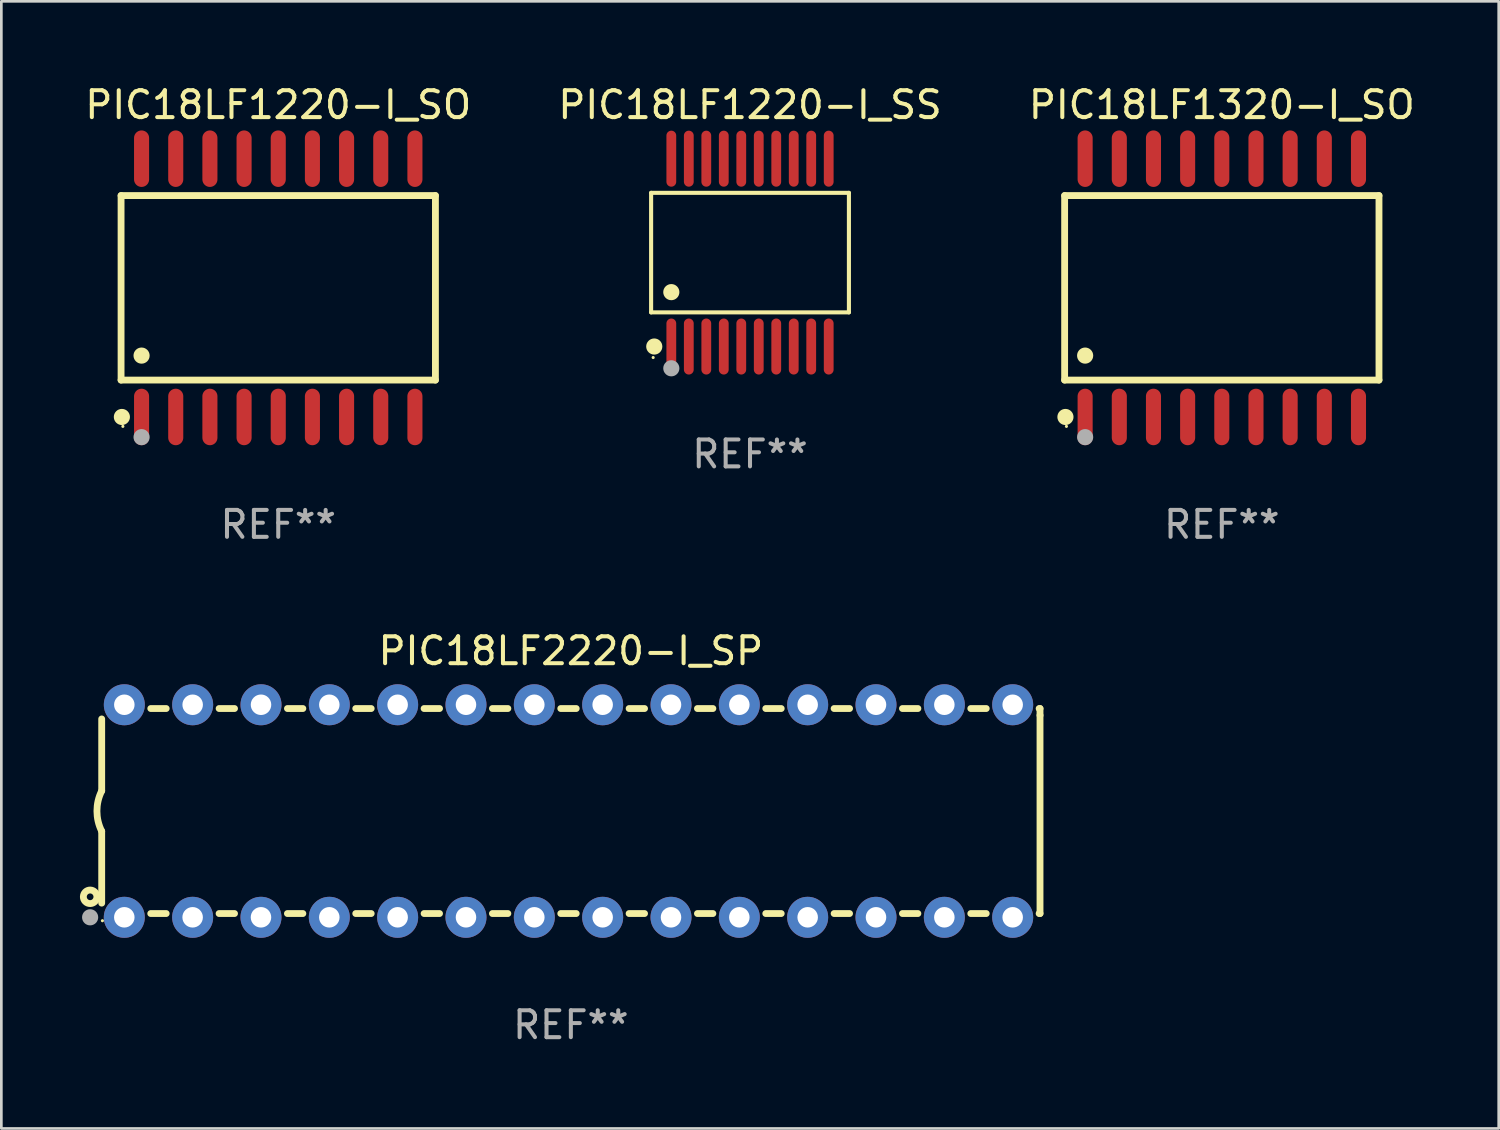
<source format=kicad_pcb>
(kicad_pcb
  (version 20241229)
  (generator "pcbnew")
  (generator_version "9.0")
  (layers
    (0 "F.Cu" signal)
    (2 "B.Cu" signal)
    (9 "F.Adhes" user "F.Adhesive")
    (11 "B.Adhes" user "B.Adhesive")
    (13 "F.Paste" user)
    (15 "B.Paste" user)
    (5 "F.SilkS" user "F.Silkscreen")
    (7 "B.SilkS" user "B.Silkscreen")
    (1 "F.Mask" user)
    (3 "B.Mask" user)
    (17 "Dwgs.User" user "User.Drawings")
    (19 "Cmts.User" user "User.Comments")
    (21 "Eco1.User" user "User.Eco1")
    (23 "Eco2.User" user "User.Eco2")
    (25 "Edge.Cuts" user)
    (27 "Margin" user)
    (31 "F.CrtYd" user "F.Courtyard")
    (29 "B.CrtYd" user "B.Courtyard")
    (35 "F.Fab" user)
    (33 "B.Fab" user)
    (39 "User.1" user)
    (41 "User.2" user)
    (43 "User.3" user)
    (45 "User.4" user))
  (footprint "PIC18LF1220-I_SO"
    (layer "F.Cu")
    (at 7.292 7.648)
    (property "Reference" "PIC18LF1220-I_SO" (at 0 -6.8 0) (layer "F.SilkS") (effects (font (size 1 1) (thickness 0.15))))
    (attr through_hole)
    (fp_line (start -5.842 -3.429) (end -5.842 3.429) (stroke (width 0.254) (type solid)) (layer "F.SilkS"))
    (fp_line (start -5.842 3.429) (end 5.842 3.429) (stroke (width 0.254) (type solid)) (layer "F.SilkS"))
    (fp_line (start 5.842 -3.429) (end -5.842 -3.429) (stroke (width 0.254) (type solid)) (layer "F.SilkS"))
    (fp_line (start 5.842 3.429) (end 5.842 -3.429) (stroke (width 0.254) (type solid)) (layer "F.SilkS"))
    (fp_circle (center -5.812 4.8) (end -5.662 4.8) (stroke (width 0.3) (type solid)) (fill no) (layer "F.SilkS"))
    (fp_circle (center -5.775 5.15) (end -5.745 5.15) (stroke (width 0.06) (type solid)) (fill no) (layer "F.SilkS"))
    (fp_circle (center -5.08 2.519) (end -4.93 2.519) (stroke (width 0.3) (type solid)) (fill no) (layer "F.SilkS"))
    (fp_circle (center -5.08 5.55) (end -4.93 5.55) (stroke (width 0.3) (type solid)) (fill no) (layer "F.Fab"))
    (fp_text user "REF**" (at 0 8.8 0) (layer "F.Fab") (effects (font (size 1 1) (thickness 0.15))))
    (pad "1" smd oval (at -5.08 4.8) (size 0.56 2.1) (layers "F.Cu" "F.Mask" "F.Paste"))
    (pad "2" smd oval (at -3.81 4.8) (size 0.56 2.1) (layers "F.Cu" "F.Mask" "F.Paste"))
    (pad "3" smd oval (at -2.54 4.8) (size 0.56 2.1) (layers "F.Cu" "F.Mask" "F.Paste"))
    (pad "4" smd oval (at -1.27 4.8) (size 0.56 2.1) (layers "F.Cu" "F.Mask" "F.Paste"))
    (pad "5" smd oval (at 0 4.8) (size 0.56 2.1) (layers "F.Cu" "F.Mask" "F.Paste"))
    (pad "6" smd oval (at 1.27 4.8) (size 0.56 2.1) (layers "F.Cu" "F.Mask" "F.Paste"))
    (pad "7" smd oval (at 2.54 4.8) (size 0.56 2.1) (layers "F.Cu" "F.Mask" "F.Paste"))
    (pad "8" smd oval (at 3.81 4.8) (size 0.56 2.1) (layers "F.Cu" "F.Mask" "F.Paste"))
    (pad "9" smd oval (at 5.08 4.8) (size 0.56 2.1) (layers "F.Cu" "F.Mask" "F.Paste"))
    (pad "10" smd oval (at 5.08 -4.8) (size 0.56 2.1) (layers "F.Cu" "F.Mask" "F.Paste"))
    (pad "11" smd oval (at 3.81 -4.8) (size 0.56 2.1) (layers "F.Cu" "F.Mask" "F.Paste"))
    (pad "12" smd oval (at 2.54 -4.8) (size 0.56 2.1) (layers "F.Cu" "F.Mask" "F.Paste"))
    (pad "13" smd oval (at 1.27 -4.8) (size 0.56 2.1) (layers "F.Cu" "F.Mask" "F.Paste"))
    (pad "14" smd oval (at 0 -4.8) (size 0.56 2.1) (layers "F.Cu" "F.Mask" "F.Paste"))
    (pad "15" smd oval (at -1.27 -4.8) (size 0.56 2.1) (layers "F.Cu" "F.Mask" "F.Paste"))
    (pad "16" smd oval (at -2.54 -4.8) (size 0.56 2.1) (layers "F.Cu" "F.Mask" "F.Paste"))
    (pad "17" smd oval (at -3.81 -4.8) (size 0.56 2.1) (layers "F.Cu" "F.Mask" "F.Paste"))
    (pad "18" smd oval (at -5.08 -4.8) (size 0.56 2.1) (layers "F.Cu" "F.Mask" "F.Paste")))
  (footprint "PIC18LF1220-I_SS"
    (layer "F.Cu")
    (at 24.827 6.339)
    (property "Reference" "PIC18LF1220-I_SS" (at 0 -5.491 0) (layer "F.SilkS") (effects (font (size 1 1) (thickness 0.15))))
    (attr through_hole)
    (fp_line (start -3.676 -2.221) (end 3.676 -2.221) (stroke (width 0.152) (type solid)) (layer "F.SilkS"))
    (fp_line (start -3.676 2.221) (end -3.676 -2.221) (stroke (width 0.152) (type solid)) (layer "F.SilkS"))
    (fp_line (start 3.676 -2.221) (end 3.676 2.221) (stroke (width 0.152) (type solid)) (layer "F.SilkS"))
    (fp_line (start 3.676 2.221) (end -3.676 2.221) (stroke (width 0.152) (type solid)) (layer "F.SilkS"))
    (fp_circle (center -3.6 3.9) (end -3.57 3.9) (stroke (width 0.06) (type solid)) (fill no) (layer "F.SilkS"))
    (fp_circle (center -3.559 3.491) (end -3.409 3.491) (stroke (width 0.3) (type solid)) (fill no) (layer "F.SilkS"))
    (fp_circle (center -2.925 1.469) (end -2.775 1.469) (stroke (width 0.3) (type solid)) (fill no) (layer "F.SilkS"))
    (fp_circle (center -2.925 4.3) (end -2.775 4.3) (stroke (width 0.3) (type solid)) (fill no) (layer "F.Fab"))
    (fp_text user "REF**" (at 0 7.491 0) (layer "F.Fab") (effects (font (size 1 1) (thickness 0.15))))
    (pad "1" smd oval (at -2.925 3.491) (size 0.364 2.082) (layers "F.Cu" "F.Mask" "F.Paste"))
    (pad "2" smd oval (at -2.275 3.491) (size 0.364 2.082) (layers "F.Cu" "F.Mask" "F.Paste"))
    (pad "3" smd oval (at -1.625 3.491) (size 0.364 2.082) (layers "F.Cu" "F.Mask" "F.Paste"))
    (pad "4" smd oval (at -0.975 3.491) (size 0.364 2.082) (layers "F.Cu" "F.Mask" "F.Paste"))
    (pad "5" smd oval (at -0.325 3.491) (size 0.364 2.082) (layers "F.Cu" "F.Mask" "F.Paste"))
    (pad "6" smd oval (at 0.325 3.491) (size 0.364 2.082) (layers "F.Cu" "F.Mask" "F.Paste"))
    (pad "7" smd oval (at 0.975 3.491) (size 0.364 2.082) (layers "F.Cu" "F.Mask" "F.Paste"))
    (pad "8" smd oval (at 1.625 3.491) (size 0.364 2.082) (layers "F.Cu" "F.Mask" "F.Paste"))
    (pad "9" smd oval (at 2.275 3.491) (size 0.364 2.082) (layers "F.Cu" "F.Mask" "F.Paste"))
    (pad "10" smd oval (at 2.925 3.491) (size 0.364 2.082) (layers "F.Cu" "F.Mask" "F.Paste"))
    (pad "11" smd oval (at 2.925 -3.491) (size 0.364 2.082) (layers "F.Cu" "F.Mask" "F.Paste"))
    (pad "12" smd oval (at 2.275 -3.491) (size 0.364 2.082) (layers "F.Cu" "F.Mask" "F.Paste"))
    (pad "13" smd oval (at 1.625 -3.491) (size 0.364 2.082) (layers "F.Cu" "F.Mask" "F.Paste"))
    (pad "14" smd oval (at 0.975 -3.491) (size 0.364 2.082) (layers "F.Cu" "F.Mask" "F.Paste"))
    (pad "15" smd oval (at 0.325 -3.491) (size 0.364 2.082) (layers "F.Cu" "F.Mask" "F.Paste"))
    (pad "16" smd oval (at -0.325 -3.491) (size 0.364 2.082) (layers "F.Cu" "F.Mask" "F.Paste"))
    (pad "17" smd oval (at -0.975 -3.491) (size 0.364 2.082) (layers "F.Cu" "F.Mask" "F.Paste"))
    (pad "18" smd oval (at -1.625 -3.491) (size 0.364 2.082) (layers "F.Cu" "F.Mask" "F.Paste"))
    (pad "19" smd oval (at -2.275 -3.491) (size 0.364 2.082) (layers "F.Cu" "F.Mask" "F.Paste"))
    (pad "20" smd oval (at -2.925 -3.491) (size 0.364 2.082) (layers "F.Cu" "F.Mask" "F.Paste")))
  (footprint "PIC18LF1320-I_SO"
    (layer "F.Cu")
    (at 42.363 7.648)
    (property "Reference" "PIC18LF1320-I_SO" (at 0 -6.8 0) (layer "F.SilkS") (effects (font (size 1 1) (thickness 0.15))))
    (attr through_hole)
    (fp_line (start -5.842 -3.429) (end -5.842 3.429) (stroke (width 0.254) (type solid)) (layer "F.SilkS"))
    (fp_line (start -5.842 3.429) (end 5.842 3.429) (stroke (width 0.254) (type solid)) (layer "F.SilkS"))
    (fp_line (start 5.842 -3.429) (end -5.842 -3.429) (stroke (width 0.254) (type solid)) (layer "F.SilkS"))
    (fp_line (start 5.842 3.429) (end 5.842 -3.429) (stroke (width 0.254) (type solid)) (layer "F.SilkS"))
    (fp_circle (center -5.812 4.8) (end -5.662 4.8) (stroke (width 0.3) (type solid)) (fill no) (layer "F.SilkS"))
    (fp_circle (center -5.775 5.15) (end -5.745 5.15) (stroke (width 0.06) (type solid)) (fill no) (layer "F.SilkS"))
    (fp_circle (center -5.08 2.519) (end -4.93 2.519) (stroke (width 0.3) (type solid)) (fill no) (layer "F.SilkS"))
    (fp_circle (center -5.08 5.55) (end -4.93 5.55) (stroke (width 0.3) (type solid)) (fill no) (layer "F.Fab"))
    (fp_text user "REF**" (at 0 8.8 0) (layer "F.Fab") (effects (font (size 1 1) (thickness 0.15))))
    (pad "1" smd oval (at -5.08 4.8) (size 0.56 2.1) (layers "F.Cu" "F.Mask" "F.Paste"))
    (pad "2" smd oval (at -3.81 4.8) (size 0.56 2.1) (layers "F.Cu" "F.Mask" "F.Paste"))
    (pad "3" smd oval (at -2.54 4.8) (size 0.56 2.1) (layers "F.Cu" "F.Mask" "F.Paste"))
    (pad "4" smd oval (at -1.27 4.8) (size 0.56 2.1) (layers "F.Cu" "F.Mask" "F.Paste"))
    (pad "5" smd oval (at 0 4.8) (size 0.56 2.1) (layers "F.Cu" "F.Mask" "F.Paste"))
    (pad "6" smd oval (at 1.27 4.8) (size 0.56 2.1) (layers "F.Cu" "F.Mask" "F.Paste"))
    (pad "7" smd oval (at 2.54 4.8) (size 0.56 2.1) (layers "F.Cu" "F.Mask" "F.Paste"))
    (pad "8" smd oval (at 3.81 4.8) (size 0.56 2.1) (layers "F.Cu" "F.Mask" "F.Paste"))
    (pad "9" smd oval (at 5.08 4.8) (size 0.56 2.1) (layers "F.Cu" "F.Mask" "F.Paste"))
    (pad "10" smd oval (at 5.08 -4.8) (size 0.56 2.1) (layers "F.Cu" "F.Mask" "F.Paste"))
    (pad "11" smd oval (at 3.81 -4.8) (size 0.56 2.1) (layers "F.Cu" "F.Mask" "F.Paste"))
    (pad "12" smd oval (at 2.54 -4.8) (size 0.56 2.1) (layers "F.Cu" "F.Mask" "F.Paste"))
    (pad "13" smd oval (at 1.27 -4.8) (size 0.56 2.1) (layers "F.Cu" "F.Mask" "F.Paste"))
    (pad "14" smd oval (at 0 -4.8) (size 0.56 2.1) (layers "F.Cu" "F.Mask" "F.Paste"))
    (pad "15" smd oval (at -1.27 -4.8) (size 0.56 2.1) (layers "F.Cu" "F.Mask" "F.Paste"))
    (pad "16" smd oval (at -2.54 -4.8) (size 0.56 2.1) (layers "F.Cu" "F.Mask" "F.Paste"))
    (pad "17" smd oval (at -3.81 -4.8) (size 0.56 2.1) (layers "F.Cu" "F.Mask" "F.Paste"))
    (pad "18" smd oval (at -5.08 -4.8) (size 0.56 2.1) (layers "F.Cu" "F.Mask" "F.Paste")))
  (footprint "PIC18LF2220-I_SP"
    (layer "F.Cu")
    (at 18.168 27.095)
    (property "Reference" "PIC18LF2220-I_SP" (at 0 -5.95 0) (layer "F.SilkS") (effects (font (size 1 1) (thickness 0.15))))
    (attr through_hole)
    (fp_line (start -17.438 0.75) (end -17.438 3.423) (stroke (width 0.254) (type solid)) (layer "F.SilkS"))
    (fp_line (start -17.438 -3.423) (end -17.438 -0.75) (stroke (width 0.254) (type solid)) (layer "F.SilkS"))
    (fp_line (start -15.615 3.81) (end -15.041 3.81) (stroke (width 0.254) (type solid)) (layer "F.SilkS"))
    (fp_line (start -15.041 -3.81) (end -15.614 -3.81) (stroke (width 0.254) (type solid)) (layer "F.SilkS"))
    (fp_line (start -13.075 3.81) (end -12.501 3.81) (stroke (width 0.254) (type solid)) (layer "F.SilkS"))
    (fp_line (start -12.501 -3.81) (end -13.074 -3.81) (stroke (width 0.254) (type solid)) (layer "F.SilkS"))
    (fp_line (start -10.535 3.81) (end -9.961 3.81) (stroke (width 0.254) (type solid)) (layer "F.SilkS"))
    (fp_line (start -9.961 -3.81) (end -10.534 -3.81) (stroke (width 0.254) (type solid)) (layer "F.SilkS"))
    (fp_line (start -7.995 3.81) (end -7.421 3.81) (stroke (width 0.254) (type solid)) (layer "F.SilkS"))
    (fp_line (start -7.421 -3.81) (end -7.995 -3.81) (stroke (width 0.254) (type solid)) (layer "F.SilkS"))
    (fp_line (start -5.455 3.81) (end -4.881 3.81) (stroke (width 0.254) (type solid)) (layer "F.SilkS"))
    (fp_line (start -4.881 -3.81) (end -5.455 -3.81) (stroke (width 0.254) (type solid)) (layer "F.SilkS"))
    (fp_line (start -2.915 3.81) (end -2.341 3.81) (stroke (width 0.254) (type solid)) (layer "F.SilkS"))
    (fp_line (start -2.341 -3.81) (end -2.915 -3.81) (stroke (width 0.254) (type solid)) (layer "F.SilkS"))
    (fp_line (start -0.375 3.81) (end 0.199 3.81) (stroke (width 0.254) (type solid)) (layer "F.SilkS"))
    (fp_line (start 0.199 -3.81) (end -0.375 -3.81) (stroke (width 0.254) (type solid)) (layer "F.SilkS"))
    (fp_line (start 2.165 3.81) (end 2.739 3.81) (stroke (width 0.254) (type solid)) (layer "F.SilkS"))
    (fp_line (start 2.739 -3.81) (end 2.165 -3.81) (stroke (width 0.254) (type solid)) (layer "F.SilkS"))
    (fp_line (start 4.705 3.81) (end 5.279 3.81) (stroke (width 0.254) (type solid)) (layer "F.SilkS"))
    (fp_line (start 5.279 -3.81) (end 4.705 -3.81) (stroke (width 0.254) (type solid)) (layer "F.SilkS"))
    (fp_line (start 7.245 3.81) (end 7.819 3.81) (stroke (width 0.254) (type solid)) (layer "F.SilkS"))
    (fp_line (start 7.819 -3.81) (end 7.245 -3.81) (stroke (width 0.254) (type solid)) (layer "F.SilkS"))
    (fp_line (start 9.785 3.81) (end 10.359 3.81) (stroke (width 0.254) (type solid)) (layer "F.SilkS"))
    (fp_line (start 10.359 -3.81) (end 9.785 -3.81) (stroke (width 0.254) (type solid)) (layer "F.SilkS"))
    (fp_line (start 12.325 3.81) (end 12.899 3.81) (stroke (width 0.254) (type solid)) (layer "F.SilkS"))
    (fp_line (start 12.899 -3.81) (end 12.325 -3.81) (stroke (width 0.254) (type solid)) (layer "F.SilkS"))
    (fp_line (start 14.865 3.81) (end 15.439 3.81) (stroke (width 0.254) (type solid)) (layer "F.SilkS"))
    (fp_line (start 15.439 -3.81) (end 14.865 -3.81) (stroke (width 0.254) (type solid)) (layer "F.SilkS"))
    (fp_line (start 17.405 3.81) (end 17.438 3.81) (stroke (width 0.254) (type solid)) (layer "F.SilkS"))
    (fp_line (start 17.438 -3.81) (end 17.405 -3.81) (stroke (width 0.254) (type solid)) (layer "F.SilkS"))
    (fp_line (start 17.438 -3.556) (end 17.438 -3.81) (stroke (width 0.254) (type solid)) (layer "F.SilkS"))
    (fp_line (start 17.438 3.81) (end 17.438 -3.556) (stroke (width 0.254) (type solid)) (layer "F.SilkS"))
    (fp_arc (start -17.437986 0.749657) (mid -17.614887 -0.000024) (end -17.437783 -0.749657) (stroke (width 0.254001) (type solid)) (layer "F.SilkS"))
    (fp_circle (center -17.868 3.188) (end -17.743 3.188) (stroke (width 0.254) (type solid)) (fill no) (layer "F.SilkS"))
    (fp_circle (center -17.411 4.077) (end -17.381 4.077) (stroke (width 0.06) (type solid)) (fill no) (layer "F.SilkS"))
    (fp_circle (center -17.868 3.95) (end -17.718 3.95) (stroke (width 0.3) (type solid)) (fill no) (layer "F.Fab"))
    (fp_text user "REF**" (at 0 7.95 0) (layer "F.Fab") (effects (font (size 1 1) (thickness 0.15))))
    (pad "1" thru_hole circle (at -16.598 3.95) (size 1.524 1.524) (drill 0.762) (layers "*.Cu" "*.Mask"))
    (pad "2" thru_hole circle (at -14.058 3.95) (size 1.524 1.524) (drill 0.762) (layers "*.Cu" "*.Mask"))
    (pad "3" thru_hole circle (at -11.518 3.95) (size 1.524 1.524) (drill 0.762) (layers "*.Cu" "*.Mask"))
    (pad "4" thru_hole circle (at -8.978 3.95) (size 1.524 1.524) (drill 0.762) (layers "*.Cu" "*.Mask"))
    (pad "5" thru_hole circle (at -6.438 3.95) (size 1.524 1.524) (drill 0.762) (layers "*.Cu" "*.Mask"))
    (pad "6" thru_hole circle (at -3.898 3.95) (size 1.524 1.524) (drill 0.762) (layers "*.Cu" "*.Mask"))
    (pad "7" thru_hole circle (at -1.358 3.95) (size 1.524 1.524) (drill 0.762) (layers "*.Cu" "*.Mask"))
    (pad "8" thru_hole circle (at 1.182 3.95) (size 1.524 1.524) (drill 0.762) (layers "*.Cu" "*.Mask"))
    (pad "9" thru_hole circle (at 3.722 3.95) (size 1.524 1.524) (drill 0.762) (layers "*.Cu" "*.Mask"))
    (pad "10" thru_hole circle (at 6.262 3.95) (size 1.524 1.524) (drill 0.762) (layers "*.Cu" "*.Mask"))
    (pad "11" thru_hole circle (at 8.802 3.95) (size 1.524 1.524) (drill 0.762) (layers "*.Cu" "*.Mask"))
    (pad "12" thru_hole circle (at 11.342 3.95) (size 1.524 1.524) (drill 0.762) (layers "*.Cu" "*.Mask"))
    (pad "13" thru_hole circle (at 13.882 3.95) (size 1.524 1.524) (drill 0.762) (layers "*.Cu" "*.Mask"))
    (pad "14" thru_hole circle (at 16.422 3.95) (size 1.524 1.524) (drill 0.762) (layers "*.Cu" "*.Mask"))
    (pad "15" thru_hole circle (at 16.422 -3.95) (size 1.524 1.524) (drill 0.762) (layers "*.Cu" "*.Mask"))
    (pad "16" thru_hole circle (at 13.882 -3.95) (size 1.524 1.524) (drill 0.762) (layers "*.Cu" "*.Mask"))
    (pad "17" thru_hole circle (at 11.342 -3.95) (size 1.524 1.524) (drill 0.762) (layers "*.Cu" "*.Mask"))
    (pad "18" thru_hole circle (at 8.802 -3.95) (size 1.524 1.524) (drill 0.762) (layers "*.Cu" "*.Mask"))
    (pad "19" thru_hole circle (at 6.262 -3.95) (size 1.524 1.524) (drill 0.762) (layers "*.Cu" "*.Mask"))
    (pad "20" thru_hole circle (at 3.722 -3.95) (size 1.524 1.524) (drill 0.762) (layers "*.Cu" "*.Mask"))
    (pad "21" thru_hole circle (at 1.182 -3.95) (size 1.524 1.524) (drill 0.762) (layers "*.Cu" "*.Mask"))
    (pad "22" thru_hole circle (at -1.358 -3.95) (size 1.524 1.524) (drill 0.762) (layers "*.Cu" "*.Mask"))
    (pad "23" thru_hole circle (at -3.898 -3.95) (size 1.524 1.524) (drill 0.762) (layers "*.Cu" "*.Mask"))
    (pad "24" thru_hole circle (at -6.438 -3.95) (size 1.524 1.524) (drill 0.762) (layers "*.Cu" "*.Mask"))
    (pad "25" thru_hole circle (at -8.978 -3.95) (size 1.524 1.524) (drill 0.762) (layers "*.Cu" "*.Mask"))
    (pad "26" thru_hole circle (at -11.517 -3.95) (size 1.524 1.524) (drill 0.762) (layers "*.Cu" "*.Mask"))
    (pad "27" thru_hole circle (at -14.057 -3.95) (size 1.524 1.524) (drill 0.762) (layers "*.Cu" "*.Mask"))
    (pad "28" thru_hole circle (at -16.597 -3.95) (size 1.524 1.524) (drill 0.762) (layers "*.Cu" "*.Mask")))
  (gr_rect
    (start -3 -3)
    (end 52.655 38.893)
    (stroke (width 0.1) (type default))
    (fill no)
    (layer "Edge.Cuts")))
</source>
